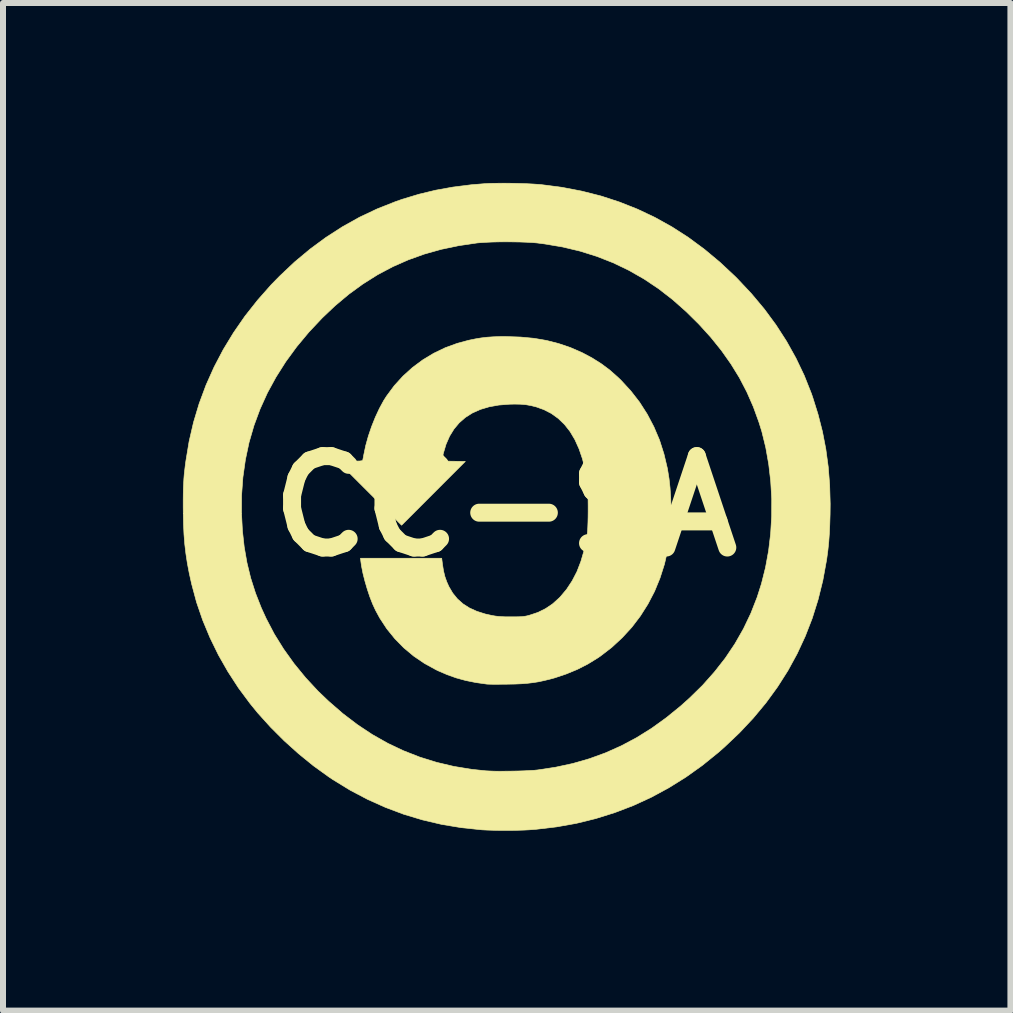
<source format=kicad_pcb>
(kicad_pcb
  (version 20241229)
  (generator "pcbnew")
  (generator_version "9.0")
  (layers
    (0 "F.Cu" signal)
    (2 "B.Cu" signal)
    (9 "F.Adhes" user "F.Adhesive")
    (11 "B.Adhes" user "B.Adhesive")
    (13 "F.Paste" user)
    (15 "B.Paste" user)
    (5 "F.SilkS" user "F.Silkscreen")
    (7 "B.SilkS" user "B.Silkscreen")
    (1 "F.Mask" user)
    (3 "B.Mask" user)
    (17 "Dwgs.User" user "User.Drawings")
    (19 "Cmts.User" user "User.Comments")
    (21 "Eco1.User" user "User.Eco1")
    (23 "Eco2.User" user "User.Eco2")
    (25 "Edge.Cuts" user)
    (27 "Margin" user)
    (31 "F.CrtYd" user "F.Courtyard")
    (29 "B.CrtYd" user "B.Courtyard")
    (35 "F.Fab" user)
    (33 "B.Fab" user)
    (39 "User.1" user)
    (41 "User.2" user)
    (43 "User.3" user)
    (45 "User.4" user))
  (footprint "CC-SA"
    (layer "F.Cu")
    (at 5.376 5.39)
    (property "Reference" "CC-SA" (at 0 0 0) (layer "F.SilkS") (effects (font (size 1.524 1.524) (thickness 0.3))))
    (attr through_hole)
    (fp_poly (pts (xy 0.253 -2.82) (xy 0.477 -2.799) (xy 0.688 -2.763) (xy 0.89 -2.711) (xy 1.085 -2.645) (xy 1.275 -2.562) (xy 1.286 -2.557) (xy 1.449 -2.47) (xy 1.598 -2.376) (xy 1.739 -2.271) (xy 1.876 -2.15) (xy 1.93 -2.098) (xy 2.092 -1.922) (xy 2.238 -1.734) (xy 2.366 -1.534) (xy 2.477 -1.323) (xy 2.571 -1.102) (xy 2.645 -0.87) (xy 2.702 -0.63) (xy 2.73 -0.458) (xy 2.746 -0.311) (xy 2.757 -0.152) (xy 2.763 0.01) (xy 2.763 0.172) (xy 2.758 0.326) (xy 2.747 0.466) (xy 2.746 0.476) (xy 2.709 0.726) (xy 2.653 0.968) (xy 2.579 1.199) (xy 2.488 1.421) (xy 2.378 1.632) (xy 2.252 1.831) (xy 2.109 2.019) (xy 1.949 2.193) (xy 1.774 2.355) (xy 1.583 2.502) (xy 1.537 2.533) (xy 1.376 2.632) (xy 1.2 2.722) (xy 1.013 2.799) (xy 0.822 2.863) (xy 0.745 2.884) (xy 0.646 2.908) (xy 0.554 2.928) (xy 0.465 2.942) (xy 0.373 2.953) (xy 0.274 2.961) (xy 0.164 2.966) (xy 0.038 2.968) (xy 0.021 2.969) (xy -0.057 2.969) (xy -0.13 2.97) (xy -0.195 2.97) (xy -0.248 2.969) (xy -0.286 2.968) (xy -0.307 2.967) (xy -0.307 2.967) (xy -0.491 2.941) (xy -0.66 2.907) (xy -0.817 2.864) (xy -0.969 2.81) (xy -1.12 2.745) (xy -1.159 2.726) (xy -1.35 2.621) (xy -1.529 2.499) (xy -1.693 2.362) (xy -1.842 2.21) (xy -1.976 2.045) (xy -2.094 1.865) (xy -2.164 1.736) (xy -2.212 1.632) (xy -2.259 1.512) (xy -2.302 1.383) (xy -2.341 1.25) (xy -2.374 1.12) (xy -2.398 0.998) (xy -2.408 0.929) (xy -2.415 0.868) (xy -1.061 0.868) (xy -1.048 0.97) (xy -1.031 1.078) (xy -1.008 1.173) (xy -0.976 1.263) (xy -0.941 1.341) (xy -0.877 1.45) (xy -0.799 1.546) (xy -0.707 1.628) (xy -0.599 1.697) (xy -0.476 1.753) (xy -0.335 1.798) (xy -0.222 1.823) (xy -0.169 1.832) (xy -0.119 1.838) (xy -0.064 1.842) (xy -0.001 1.845) (xy 0.076 1.845) (xy 0.101 1.845) (xy 0.173 1.845) (xy 0.229 1.844) (xy 0.273 1.842) (xy 0.309 1.838) (xy 0.343 1.833) (xy 0.378 1.825) (xy 0.407 1.817) (xy 0.545 1.771) (xy 0.67 1.709) (xy 0.786 1.631) (xy 0.895 1.533) (xy 0.915 1.513) (xy 1.021 1.387) (xy 1.114 1.246) (xy 1.194 1.092) (xy 1.26 0.921) (xy 1.314 0.735) (xy 1.355 0.533) (xy 1.367 0.455) (xy 1.372 0.409) (xy 1.375 0.346) (xy 1.378 0.27) (xy 1.38 0.183) (xy 1.381 0.09) (xy 1.381 -0.005) (xy 1.38 -0.099) (xy 1.379 -0.187) (xy 1.376 -0.267) (xy 1.373 -0.334) (xy 1.368 -0.384) (xy 1.367 -0.392) (xy 1.333 -0.598) (xy 1.287 -0.786) (xy 1.229 -0.956) (xy 1.16 -1.109) (xy 1.079 -1.245) (xy 0.987 -1.362) (xy 0.882 -1.463) (xy 0.767 -1.546) (xy 0.639 -1.611) (xy 0.516 -1.655) (xy 0.429 -1.677) (xy 0.344 -1.692) (xy 0.254 -1.7) (xy 0.154 -1.702) (xy 0.069 -1.7) (xy -0.108 -1.686) (xy -0.27 -1.657) (xy -0.417 -1.613) (xy -0.549 -1.554) (xy -0.666 -1.48) (xy -0.769 -1.39) (xy -0.856 -1.286) (xy -0.93 -1.166) (xy -0.989 -1.031) (xy -1.034 -0.88) (xy -1.052 -0.791) (xy -1.059 -0.752) (xy -0.863 -0.749) (xy -0.667 -0.746) (xy -1.73 0.318) (xy -2.265 -0.217) (xy -2.799 -0.751) (xy -2.591 -0.751) (xy -2.519 -0.752) (xy -2.466 -0.752) (xy -2.428 -0.753) (xy -2.403 -0.756) (xy -2.388 -0.759) (xy -2.38 -0.764) (xy -2.377 -0.77) (xy -2.373 -0.79) (xy -2.366 -0.823) (xy -2.36 -0.857) (xy -2.328 -1.01) (xy -2.284 -1.168) (xy -2.23 -1.327) (xy -2.168 -1.482) (xy -2.1 -1.628) (xy -2.028 -1.761) (xy -1.98 -1.836) (xy -1.851 -2.01) (xy -1.706 -2.169) (xy -1.548 -2.312) (xy -1.377 -2.439) (xy -1.195 -2.549) (xy -1.002 -2.642) (xy -0.799 -2.716) (xy -0.612 -2.766) (xy -0.506 -2.788) (xy -0.405 -2.805) (xy -0.306 -2.817) (xy -0.201 -2.824) (xy -0.086 -2.828) (xy 0.016 -2.828) (xy 0.253 -2.82)) (stroke (width 0.01) (type solid)) (fill yes) (layer "F.SilkS"))
    (fp_poly (pts (xy 0.104 -5.384) (xy 0.232 -5.381) (xy 0.355 -5.377) (xy 0.47 -5.371) (xy 0.57 -5.364) (xy 0.603 -5.361) (xy 0.942 -5.317) (xy 1.271 -5.254) (xy 1.591 -5.173) (xy 1.901 -5.072) (xy 2.202 -4.953) (xy 2.494 -4.815) (xy 2.778 -4.657) (xy 3.053 -4.48) (xy 3.32 -4.283) (xy 3.579 -4.067) (xy 3.831 -3.831) (xy 3.868 -3.794) (xy 4.103 -3.544) (xy 4.319 -3.286) (xy 4.514 -3.021) (xy 4.69 -2.748) (xy 4.846 -2.468) (xy 4.984 -2.179) (xy 5.102 -1.882) (xy 5.126 -1.813) (xy 5.215 -1.528) (xy 5.288 -1.242) (xy 5.344 -0.952) (xy 5.384 -0.657) (xy 5.408 -0.353) (xy 5.417 -0.038) (xy 5.415 0.138) (xy 5.41 0.303) (xy 5.403 0.454) (xy 5.393 0.594) (xy 5.379 0.73) (xy 5.361 0.866) (xy 5.354 0.91) (xy 5.294 1.239) (xy 5.215 1.558) (xy 5.118 1.868) (xy 5.001 2.169) (xy 4.866 2.46) (xy 4.712 2.742) (xy 4.538 3.015) (xy 4.346 3.279) (xy 4.134 3.534) (xy 3.903 3.78) (xy 3.653 4.017) (xy 3.551 4.107) (xy 3.284 4.323) (xy 3.009 4.519) (xy 2.725 4.696) (xy 2.433 4.854) (xy 2.133 4.992) (xy 1.824 5.11) (xy 1.508 5.209) (xy 1.183 5.289) (xy 0.851 5.348) (xy 0.512 5.388) (xy 0.393 5.397) (xy 0.315 5.401) (xy 0.22 5.404) (xy 0.116 5.406) (xy 0.006 5.406) (xy -0.105 5.406) (xy -0.21 5.404) (xy -0.305 5.401) (xy -0.385 5.397) (xy -0.397 5.396) (xy -0.731 5.361) (xy -1.058 5.307) (xy -1.378 5.232) (xy -1.692 5.138) (xy -1.998 5.023) (xy -2.297 4.889) (xy -2.589 4.735) (xy -2.873 4.561) (xy -2.949 4.51) (xy -3.201 4.328) (xy -3.448 4.127) (xy -3.687 3.912) (xy -3.915 3.684) (xy -4.128 3.448) (xy -4.256 3.291) (xy -4.449 3.031) (xy -4.625 2.76) (xy -4.784 2.481) (xy -4.924 2.194) (xy -5.046 1.901) (xy -5.148 1.604) (xy -5.229 1.303) (xy -5.233 1.286) (xy -5.271 1.115) (xy -5.302 0.952) (xy -5.326 0.794) (xy -5.345 0.635) (xy -5.358 0.472) (xy -5.366 0.299) (xy -5.37 0.122) (xy -4.399 0.122) (xy -4.384 0.408) (xy -4.354 0.681) (xy -4.308 0.944) (xy -4.246 1.199) (xy -4.166 1.449) (xy -4.069 1.696) (xy -3.988 1.873) (xy -3.853 2.131) (xy -3.697 2.382) (xy -3.523 2.625) (xy -3.33 2.861) (xy -3.12 3.087) (xy -2.947 3.252) (xy -2.71 3.458) (xy -2.467 3.643) (xy -2.218 3.808) (xy -1.962 3.953) (xy -1.698 4.078) (xy -1.427 4.184) (xy -1.148 4.271) (xy -0.86 4.339) (xy -0.563 4.388) (xy -0.323 4.413) (xy -0.261 4.416) (xy -0.182 4.419) (xy -0.092 4.42) (xy 0.008 4.419) (xy 0.111 4.418) (xy 0.214 4.416) (xy 0.312 4.413) (xy 0.402 4.408) (xy 0.48 4.404) (xy 0.54 4.398) (xy 0.837 4.353) (xy 1.124 4.291) (xy 1.402 4.211) (xy 1.671 4.113) (xy 1.933 3.996) (xy 2.189 3.86) (xy 2.439 3.704) (xy 2.683 3.528) (xy 2.924 3.332) (xy 3.068 3.203) (xy 3.288 2.988) (xy 3.487 2.764) (xy 3.668 2.533) (xy 3.829 2.293) (xy 3.971 2.044) (xy 4.094 1.786) (xy 4.199 1.518) (xy 4.271 1.292) (xy 4.339 1.021) (xy 4.39 0.742) (xy 4.424 0.456) (xy 4.441 0.167) (xy 4.442 -0.124) (xy 4.425 -0.413) (xy 4.392 -0.698) (xy 4.343 -0.976) (xy 4.277 -1.245) (xy 4.228 -1.402) (xy 4.135 -1.658) (xy 4.027 -1.904) (xy 3.903 -2.142) (xy 3.762 -2.371) (xy 3.604 -2.595) (xy 3.427 -2.815) (xy 3.231 -3.031) (xy 3.018 -3.242) (xy 2.79 -3.444) (xy 2.554 -3.627) (xy 2.31 -3.79) (xy 2.057 -3.934) (xy 1.796 -4.059) (xy 1.526 -4.165) (xy 1.245 -4.253) (xy 0.955 -4.322) (xy 0.654 -4.373) (xy 0.529 -4.389) (xy 0.448 -4.396) (xy 0.35 -4.401) (xy 0.241 -4.405) (xy 0.123 -4.407) (xy 0.003 -4.408) (xy -0.117 -4.407) (xy -0.231 -4.404) (xy -0.335 -4.399) (xy -0.425 -4.393) (xy -0.471 -4.389) (xy -0.776 -4.344) (xy -1.068 -4.283) (xy -1.349 -4.204) (xy -1.619 -4.107) (xy -1.88 -3.992) (xy -2.132 -3.858) (xy -2.375 -3.705) (xy -2.611 -3.533) (xy -2.84 -3.341) (xy -3.053 -3.139) (xy -3.276 -2.902) (xy -3.479 -2.658) (xy -3.662 -2.408) (xy -3.824 -2.152) (xy -3.967 -1.89) (xy -4.089 -1.621) (xy -4.191 -1.346) (xy -4.273 -1.064) (xy -4.334 -0.776) (xy -4.376 -0.481) (xy -4.398 -0.179) (xy -4.399 0.122) (xy -5.37 0.122) (xy -5.37 0.113) (xy -5.371 0.016) (xy -5.371 -0.105) (xy -5.37 -0.208) (xy -5.368 -0.299) (xy -5.364 -0.38) (xy -5.36 -0.456) (xy -5.354 -0.531) (xy -5.345 -0.609) (xy -5.335 -0.694) (xy -5.327 -0.751) (xy -5.273 -1.078) (xy -5.199 -1.398) (xy -5.105 -1.711) (xy -4.991 -2.018) (xy -4.857 -2.318) (xy -4.704 -2.61) (xy -4.532 -2.893) (xy -4.341 -3.169) (xy -4.13 -3.436) (xy -3.902 -3.694) (xy -3.763 -3.836) (xy -3.513 -4.072) (xy -3.255 -4.287) (xy -2.989 -4.483) (xy -2.714 -4.66) (xy -2.431 -4.818) (xy -2.139 -4.956) (xy -1.837 -5.076) (xy -1.72 -5.117) (xy -1.442 -5.201) (xy -1.16 -5.269) (xy -0.871 -5.321) (xy -0.57 -5.359) (xy -0.349 -5.377) (xy -0.255 -5.382) (xy -0.144 -5.384) (xy -0.023 -5.385) (xy 0.104 -5.384)) (stroke (width 0.01) (type solid)) (fill yes) (layer "F.SilkS")))
  (gr_rect
    (start -3 -3)
    (end 13.798 13.801)
    (stroke (width 0.1) (type default))
    (fill no)
    (layer "Edge.Cuts")))
</source>
